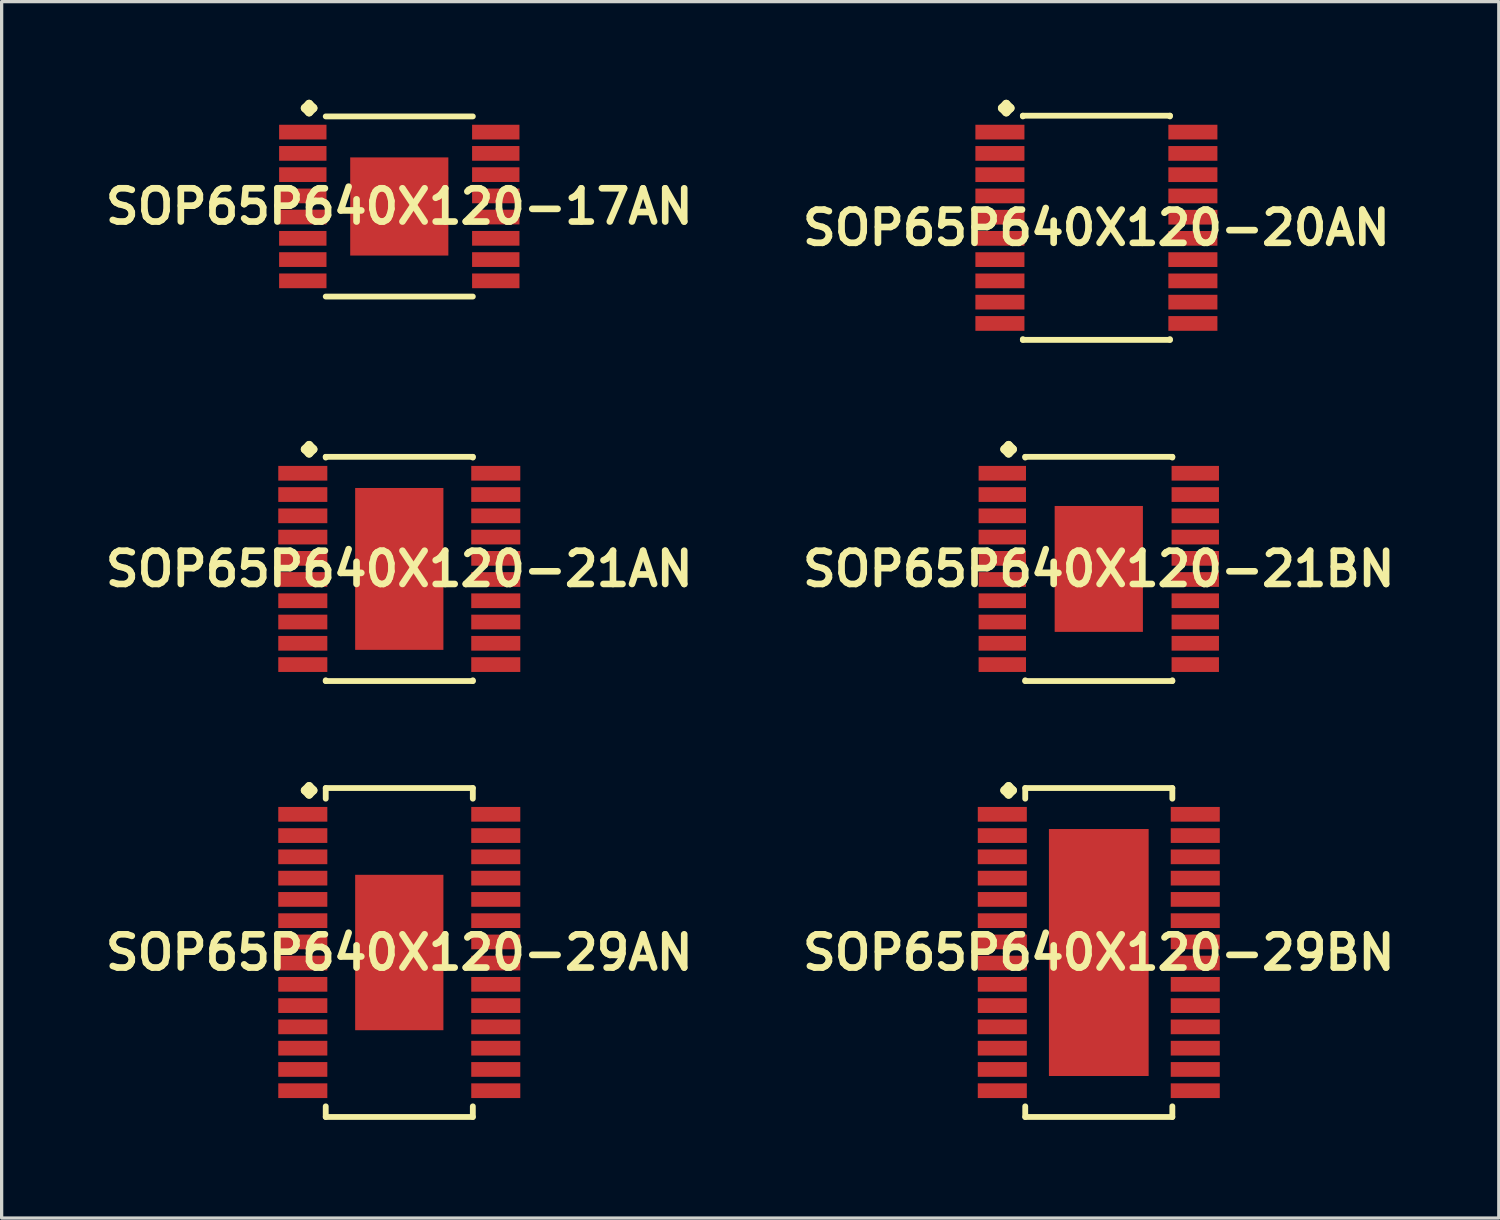
<source format=kicad_pcb>
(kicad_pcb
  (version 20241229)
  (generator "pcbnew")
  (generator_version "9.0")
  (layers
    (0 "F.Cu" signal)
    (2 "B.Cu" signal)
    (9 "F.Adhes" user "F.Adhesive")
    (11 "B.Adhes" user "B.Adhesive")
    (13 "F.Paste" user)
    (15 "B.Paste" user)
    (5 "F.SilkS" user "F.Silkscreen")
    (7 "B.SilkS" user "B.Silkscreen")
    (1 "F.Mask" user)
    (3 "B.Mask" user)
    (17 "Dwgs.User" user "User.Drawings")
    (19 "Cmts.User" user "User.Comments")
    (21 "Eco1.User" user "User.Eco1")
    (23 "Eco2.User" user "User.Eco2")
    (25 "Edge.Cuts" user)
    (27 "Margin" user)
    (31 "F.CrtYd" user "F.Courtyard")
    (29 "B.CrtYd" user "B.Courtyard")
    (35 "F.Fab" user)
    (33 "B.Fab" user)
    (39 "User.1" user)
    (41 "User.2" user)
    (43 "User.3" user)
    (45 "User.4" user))
  (footprint "SOP65P640X120-21BN"
    (layer "F.Cu")
    (at 30.534 14.339)
    (property "Reference" "SOP65P640X120-21BN" (at 0 0 0) (layer "F.SilkS") (effects (font (size 1.016 1.016) (thickness 0.203))))
    (attr smd)
    (fp_line (start -2.883 -3.658) (end -2.756 -3.785) (stroke (width 0.254) (type solid)) (layer "F.SilkS"))
    (fp_line (start -2.756 -3.785) (end -2.629 -3.658) (stroke (width 0.254) (type solid)) (layer "F.SilkS"))
    (fp_line (start -2.756 -3.531) (end -2.883 -3.658) (stroke (width 0.254) (type solid)) (layer "F.SilkS"))
    (fp_line (start -2.629 -3.658) (end -2.756 -3.531) (stroke (width 0.254) (type solid)) (layer "F.SilkS"))
    (fp_line (start -2.248 -3.426) (end 2.248 -3.426) (stroke (width 0.178) (type solid)) (layer "F.SilkS"))
    (fp_line (start -2.248 -3.404) (end -2.248 -3.426) (stroke (width 0.178) (type solid)) (layer "F.SilkS"))
    (fp_line (start -2.248 3.404) (end -2.248 3.426) (stroke (width 0.178) (type solid)) (layer "F.SilkS"))
    (fp_line (start -2.248 3.426) (end 2.248 3.426) (stroke (width 0.178) (type solid)) (layer "F.SilkS"))
    (fp_line (start 2.248 -3.426) (end 2.248 -3.404) (stroke (width 0.178) (type solid)) (layer "F.SilkS"))
    (fp_line (start 2.248 3.426) (end 2.248 3.404) (stroke (width 0.178) (type solid)) (layer "F.SilkS"))
    (pad "1" smd rect (at -2.949 -2.924) (size 1.448 0.45) (layers "F.Cu" "F.Mask" "F.Paste"))
    (pad "2" smd rect (at -2.949 -2.273) (size 1.448 0.45) (layers "F.Cu" "F.Mask" "F.Paste"))
    (pad "3" smd rect (at -2.949 -1.623) (size 1.448 0.45) (layers "F.Cu" "F.Mask" "F.Paste"))
    (pad "4" smd rect (at -2.949 -0.973) (size 1.448 0.45) (layers "F.Cu" "F.Mask" "F.Paste"))
    (pad "5" smd rect (at -2.949 -0.323) (size 1.448 0.45) (layers "F.Cu" "F.Mask" "F.Paste"))
    (pad "6" smd rect (at -2.949 0.323) (size 1.448 0.45) (layers "F.Cu" "F.Mask" "F.Paste"))
    (pad "7" smd rect (at -2.949 0.973) (size 1.448 0.45) (layers "F.Cu" "F.Mask" "F.Paste"))
    (pad "8" smd rect (at -2.949 1.623) (size 1.448 0.45) (layers "F.Cu" "F.Mask" "F.Paste"))
    (pad "9" smd rect (at -2.949 2.273) (size 1.448 0.45) (layers "F.Cu" "F.Mask" "F.Paste"))
    (pad "10" smd rect (at -2.949 2.924) (size 1.448 0.45) (layers "F.Cu" "F.Mask" "F.Paste"))
    (pad "11" smd rect (at 2.949 2.924) (size 1.448 0.45) (layers "F.Cu" "F.Mask" "F.Paste"))
    (pad "12" smd rect (at 2.949 2.273) (size 1.448 0.45) (layers "F.Cu" "F.Mask" "F.Paste"))
    (pad "13" smd rect (at 2.949 1.623) (size 1.448 0.45) (layers "F.Cu" "F.Mask" "F.Paste"))
    (pad "14" smd rect (at 2.949 0.973) (size 1.448 0.45) (layers "F.Cu" "F.Mask" "F.Paste"))
    (pad "15" smd rect (at 2.949 0.323) (size 1.448 0.45) (layers "F.Cu" "F.Mask" "F.Paste"))
    (pad "16" smd rect (at 2.949 -0.323) (size 1.448 0.45) (layers "F.Cu" "F.Mask" "F.Paste"))
    (pad "17" smd rect (at 2.949 -0.973) (size 1.448 0.45) (layers "F.Cu" "F.Mask" "F.Paste"))
    (pad "18" smd rect (at 2.949 -1.623) (size 1.448 0.45) (layers "F.Cu" "F.Mask" "F.Paste"))
    (pad "19" smd rect (at 2.949 -2.273) (size 1.448 0.45) (layers "F.Cu" "F.Mask" "F.Paste"))
    (pad "20" smd rect (at 2.949 -2.924) (size 1.448 0.45) (layers "F.Cu" "F.Mask" "F.Paste"))
    (pad "21" smd rect (at 0 0) (size 2.697 3.848) (layers "F.Cu" "F.Mask" "F.Paste")))
  (footprint "SOP65P640X120-17AN"
    (layer "F.Cu")
    (at 9.154 3.261)
    (property "Reference" "SOP65P640X120-17AN" (at 0 0 0) (layer "F.SilkS") (effects (font (size 1.016 1.016) (thickness 0.203))))
    (attr smd)
    (fp_line (start -2.883 -3.007) (end -2.756 -3.134) (stroke (width 0.254) (type solid)) (layer "F.SilkS"))
    (fp_line (start -2.756 -3.134) (end -2.629 -3.007) (stroke (width 0.254) (type solid)) (layer "F.SilkS"))
    (fp_line (start -2.756 -2.88) (end -2.883 -3.007) (stroke (width 0.254) (type solid)) (layer "F.SilkS"))
    (fp_line (start -2.629 -3.007) (end -2.756 -2.88) (stroke (width 0.254) (type solid)) (layer "F.SilkS"))
    (fp_line (start -2.248 -2.753) (end 2.248 -2.753) (stroke (width 0.178) (type solid)) (layer "F.SilkS"))
    (fp_line (start -2.248 2.753) (end 2.248 2.753) (stroke (width 0.178) (type solid)) (layer "F.SilkS"))
    (pad "1" smd rect (at -2.949 -2.273) (size 1.448 0.45) (layers "F.Cu" "F.Mask" "F.Paste"))
    (pad "2" smd rect (at -2.949 -1.623) (size 1.448 0.45) (layers "F.Cu" "F.Mask" "F.Paste"))
    (pad "3" smd rect (at -2.949 -0.973) (size 1.448 0.45) (layers "F.Cu" "F.Mask" "F.Paste"))
    (pad "4" smd rect (at -2.949 -0.323) (size 1.448 0.45) (layers "F.Cu" "F.Mask" "F.Paste"))
    (pad "5" smd rect (at -2.949 0.323) (size 1.448 0.45) (layers "F.Cu" "F.Mask" "F.Paste"))
    (pad "6" smd rect (at -2.949 0.973) (size 1.448 0.45) (layers "F.Cu" "F.Mask" "F.Paste"))
    (pad "7" smd rect (at -2.949 1.623) (size 1.448 0.45) (layers "F.Cu" "F.Mask" "F.Paste"))
    (pad "8" smd rect (at -2.949 2.273) (size 1.448 0.45) (layers "F.Cu" "F.Mask" "F.Paste"))
    (pad "9" smd rect (at 2.949 2.273) (size 1.448 0.45) (layers "F.Cu" "F.Mask" "F.Paste"))
    (pad "10" smd rect (at 2.949 1.623) (size 1.448 0.45) (layers "F.Cu" "F.Mask" "F.Paste"))
    (pad "11" smd rect (at 2.949 0.973) (size 1.448 0.45) (layers "F.Cu" "F.Mask" "F.Paste"))
    (pad "12" smd rect (at 2.949 0.323) (size 1.448 0.45) (layers "F.Cu" "F.Mask" "F.Paste"))
    (pad "13" smd rect (at 2.949 -0.323) (size 1.448 0.45) (layers "F.Cu" "F.Mask" "F.Paste"))
    (pad "14" smd rect (at 2.949 -0.973) (size 1.448 0.45) (layers "F.Cu" "F.Mask" "F.Paste"))
    (pad "15" smd rect (at 2.949 -1.623) (size 1.448 0.45) (layers "F.Cu" "F.Mask" "F.Paste"))
    (pad "16" smd rect (at 2.949 -2.273) (size 1.448 0.45) (layers "F.Cu" "F.Mask" "F.Paste"))
    (pad "17" smd rect (at 0 0) (size 3 3) (layers "F.Cu" "F.Mask" "F.Paste")))
  (footprint "SOP65P640X120-20AN"
    (layer "F.Cu")
    (at 30.461 3.912)
    (property "Reference" "SOP65P640X120-20AN" (at 0 0 0) (layer "F.SilkS") (effects (font (size 1.016 1.016) (thickness 0.203))))
    (attr smd)
    (fp_line (start -2.883 -3.658) (end -2.756 -3.785) (stroke (width 0.254) (type solid)) (layer "F.SilkS"))
    (fp_line (start -2.756 -3.785) (end -2.629 -3.658) (stroke (width 0.254) (type solid)) (layer "F.SilkS"))
    (fp_line (start -2.756 -3.531) (end -2.883 -3.658) (stroke (width 0.254) (type solid)) (layer "F.SilkS"))
    (fp_line (start -2.629 -3.658) (end -2.756 -3.531) (stroke (width 0.254) (type solid)) (layer "F.SilkS"))
    (fp_line (start -2.248 -3.426) (end 2.248 -3.426) (stroke (width 0.178) (type solid)) (layer "F.SilkS"))
    (fp_line (start -2.248 -3.404) (end -2.248 -3.426) (stroke (width 0.178) (type solid)) (layer "F.SilkS"))
    (fp_line (start -2.248 3.404) (end -2.248 3.426) (stroke (width 0.178) (type solid)) (layer "F.SilkS"))
    (fp_line (start -2.248 3.426) (end 2.248 3.426) (stroke (width 0.178) (type solid)) (layer "F.SilkS"))
    (fp_line (start 2.248 -3.426) (end 2.248 -3.404) (stroke (width 0.178) (type solid)) (layer "F.SilkS"))
    (fp_line (start 2.248 3.426) (end 2.248 3.404) (stroke (width 0.178) (type solid)) (layer "F.SilkS"))
    (pad "1" smd rect (at -2.949 -2.924) (size 1.499 0.45) (layers "F.Cu" "F.Mask" "F.Paste"))
    (pad "2" smd rect (at -2.949 -2.273) (size 1.499 0.45) (layers "F.Cu" "F.Mask" "F.Paste"))
    (pad "3" smd rect (at -2.949 -1.623) (size 1.499 0.45) (layers "F.Cu" "F.Mask" "F.Paste"))
    (pad "4" smd rect (at -2.949 -0.973) (size 1.499 0.45) (layers "F.Cu" "F.Mask" "F.Paste"))
    (pad "5" smd rect (at -2.949 -0.323) (size 1.499 0.45) (layers "F.Cu" "F.Mask" "F.Paste"))
    (pad "6" smd rect (at -2.949 0.323) (size 1.499 0.45) (layers "F.Cu" "F.Mask" "F.Paste"))
    (pad "7" smd rect (at -2.949 0.973) (size 1.499 0.45) (layers "F.Cu" "F.Mask" "F.Paste"))
    (pad "8" smd rect (at -2.949 1.623) (size 1.499 0.45) (layers "F.Cu" "F.Mask" "F.Paste"))
    (pad "9" smd rect (at -2.949 2.273) (size 1.499 0.45) (layers "F.Cu" "F.Mask" "F.Paste"))
    (pad "10" smd rect (at -2.949 2.924) (size 1.499 0.45) (layers "F.Cu" "F.Mask" "F.Paste"))
    (pad "11" smd rect (at 2.949 2.924) (size 1.499 0.45) (layers "F.Cu" "F.Mask" "F.Paste"))
    (pad "12" smd rect (at 2.949 2.273) (size 1.499 0.45) (layers "F.Cu" "F.Mask" "F.Paste"))
    (pad "13" smd rect (at 2.949 1.623) (size 1.499 0.45) (layers "F.Cu" "F.Mask" "F.Paste"))
    (pad "14" smd rect (at 2.949 0.973) (size 1.499 0.45) (layers "F.Cu" "F.Mask" "F.Paste"))
    (pad "15" smd rect (at 2.949 0.323) (size 1.499 0.45) (layers "F.Cu" "F.Mask" "F.Paste"))
    (pad "16" smd rect (at 2.949 -0.323) (size 1.499 0.45) (layers "F.Cu" "F.Mask" "F.Paste"))
    (pad "17" smd rect (at 2.949 -0.973) (size 1.499 0.45) (layers "F.Cu" "F.Mask" "F.Paste"))
    (pad "18" smd rect (at 2.949 -1.623) (size 1.499 0.45) (layers "F.Cu" "F.Mask" "F.Paste"))
    (pad "19" smd rect (at 2.949 -2.273) (size 1.499 0.45) (layers "F.Cu" "F.Mask" "F.Paste"))
    (pad "20" smd rect (at 2.949 -2.924) (size 1.499 0.45) (layers "F.Cu" "F.Mask" "F.Paste")))
  (footprint "SOP65P640X120-29AN"
    (layer "F.Cu")
    (at 9.154 26.063)
    (property "Reference" "SOP65P640X120-29AN" (at 0 0 0) (layer "F.SilkS") (effects (font (size 1.016 1.016) (thickness 0.203))))
    (attr smd)
    (fp_line (start -2.883 -4.956) (end -2.756 -5.083) (stroke (width 0.254) (type solid)) (layer "F.SilkS"))
    (fp_line (start -2.756 -5.083) (end -2.629 -4.956) (stroke (width 0.254) (type solid)) (layer "F.SilkS"))
    (fp_line (start -2.756 -4.829) (end -2.883 -4.956) (stroke (width 0.254) (type solid)) (layer "F.SilkS"))
    (fp_line (start -2.629 -4.956) (end -2.756 -4.829) (stroke (width 0.254) (type solid)) (layer "F.SilkS"))
    (fp_line (start -2.248 -5.027) (end 2.248 -5.027) (stroke (width 0.178) (type solid)) (layer "F.SilkS"))
    (fp_line (start -2.248 -4.702) (end -2.248 -5.027) (stroke (width 0.178) (type solid)) (layer "F.SilkS"))
    (fp_line (start -2.248 4.702) (end -2.248 5.027) (stroke (width 0.178) (type solid)) (layer "F.SilkS"))
    (fp_line (start -2.248 5.027) (end 2.248 5.027) (stroke (width 0.178) (type solid)) (layer "F.SilkS"))
    (fp_line (start 2.248 -5.027) (end 2.248 -4.702) (stroke (width 0.178) (type solid)) (layer "F.SilkS"))
    (fp_line (start 2.248 5.027) (end 2.248 4.702) (stroke (width 0.178) (type solid)) (layer "F.SilkS"))
    (pad "1" smd rect (at -2.949 -4.224) (size 1.499 0.45) (layers "F.Cu" "F.Mask" "F.Paste"))
    (pad "2" smd rect (at -2.949 -3.574) (size 1.499 0.45) (layers "F.Cu" "F.Mask" "F.Paste"))
    (pad "3" smd rect (at -2.949 -2.924) (size 1.499 0.45) (layers "F.Cu" "F.Mask" "F.Paste"))
    (pad "4" smd rect (at -2.949 -2.273) (size 1.499 0.45) (layers "F.Cu" "F.Mask" "F.Paste"))
    (pad "5" smd rect (at -2.949 -1.623) (size 1.499 0.45) (layers "F.Cu" "F.Mask" "F.Paste"))
    (pad "6" smd rect (at -2.949 -0.973) (size 1.499 0.45) (layers "F.Cu" "F.Mask" "F.Paste"))
    (pad "7" smd rect (at -2.949 -0.323) (size 1.499 0.45) (layers "F.Cu" "F.Mask" "F.Paste"))
    (pad "8" smd rect (at -2.949 0.323) (size 1.499 0.45) (layers "F.Cu" "F.Mask" "F.Paste"))
    (pad "9" smd rect (at -2.949 0.973) (size 1.499 0.45) (layers "F.Cu" "F.Mask" "F.Paste"))
    (pad "10" smd rect (at -2.949 1.623) (size 1.499 0.45) (layers "F.Cu" "F.Mask" "F.Paste"))
    (pad "11" smd rect (at -2.949 2.273) (size 1.499 0.45) (layers "F.Cu" "F.Mask" "F.Paste"))
    (pad "12" smd rect (at -2.949 2.924) (size 1.499 0.45) (layers "F.Cu" "F.Mask" "F.Paste"))
    (pad "13" smd rect (at -2.949 3.574) (size 1.499 0.45) (layers "F.Cu" "F.Mask" "F.Paste"))
    (pad "14" smd rect (at -2.949 4.224) (size 1.499 0.45) (layers "F.Cu" "F.Mask" "F.Paste"))
    (pad "15" smd rect (at 2.949 4.224) (size 1.499 0.45) (layers "F.Cu" "F.Mask" "F.Paste"))
    (pad "16" smd rect (at 2.949 3.574) (size 1.499 0.45) (layers "F.Cu" "F.Mask" "F.Paste"))
    (pad "17" smd rect (at 2.949 2.924) (size 1.499 0.45) (layers "F.Cu" "F.Mask" "F.Paste"))
    (pad "18" smd rect (at 2.949 2.273) (size 1.499 0.45) (layers "F.Cu" "F.Mask" "F.Paste"))
    (pad "19" smd rect (at 2.949 1.623) (size 1.499 0.45) (layers "F.Cu" "F.Mask" "F.Paste"))
    (pad "20" smd rect (at 2.949 0.973) (size 1.499 0.45) (layers "F.Cu" "F.Mask" "F.Paste"))
    (pad "21" smd rect (at 2.949 0.323) (size 1.499 0.45) (layers "F.Cu" "F.Mask" "F.Paste"))
    (pad "22" smd rect (at 2.949 -0.323) (size 1.499 0.45) (layers "F.Cu" "F.Mask" "F.Paste"))
    (pad "23" smd rect (at 2.949 -0.973) (size 1.499 0.45) (layers "F.Cu" "F.Mask" "F.Paste"))
    (pad "24" smd rect (at 2.949 -1.623) (size 1.499 0.45) (layers "F.Cu" "F.Mask" "F.Paste"))
    (pad "25" smd rect (at 2.949 -2.273) (size 1.499 0.45) (layers "F.Cu" "F.Mask" "F.Paste"))
    (pad "26" smd rect (at 2.949 -2.924) (size 1.499 0.45) (layers "F.Cu" "F.Mask" "F.Paste"))
    (pad "27" smd rect (at 2.949 -3.574) (size 1.499 0.45) (layers "F.Cu" "F.Mask" "F.Paste"))
    (pad "28" smd rect (at 2.949 -4.224) (size 1.499 0.45) (layers "F.Cu" "F.Mask" "F.Paste"))
    (pad "29" smd rect (at 0 0) (size 2.697 4.75) (layers "F.Cu" "F.Mask" "F.Paste")))
  (footprint "SOP65P640X120-21AN"
    (layer "F.Cu")
    (at 9.154 14.339)
    (property "Reference" "SOP65P640X120-21AN" (at 0 0 0) (layer "F.SilkS") (effects (font (size 1.016 1.016) (thickness 0.203))))
    (attr smd)
    (fp_line (start -2.883 -3.658) (end -2.756 -3.785) (stroke (width 0.254) (type solid)) (layer "F.SilkS"))
    (fp_line (start -2.756 -3.785) (end -2.629 -3.658) (stroke (width 0.254) (type solid)) (layer "F.SilkS"))
    (fp_line (start -2.756 -3.531) (end -2.883 -3.658) (stroke (width 0.254) (type solid)) (layer "F.SilkS"))
    (fp_line (start -2.629 -3.658) (end -2.756 -3.531) (stroke (width 0.254) (type solid)) (layer "F.SilkS"))
    (fp_line (start -2.248 -3.426) (end 2.248 -3.426) (stroke (width 0.178) (type solid)) (layer "F.SilkS"))
    (fp_line (start -2.248 -3.404) (end -2.248 -3.426) (stroke (width 0.178) (type solid)) (layer "F.SilkS"))
    (fp_line (start -2.248 3.404) (end -2.248 3.426) (stroke (width 0.178) (type solid)) (layer "F.SilkS"))
    (fp_line (start -2.248 3.426) (end 2.248 3.426) (stroke (width 0.178) (type solid)) (layer "F.SilkS"))
    (fp_line (start 2.248 -3.426) (end 2.248 -3.404) (stroke (width 0.178) (type solid)) (layer "F.SilkS"))
    (fp_line (start 2.248 3.426) (end 2.248 3.404) (stroke (width 0.178) (type solid)) (layer "F.SilkS"))
    (pad "1" smd rect (at -2.949 -2.924) (size 1.499 0.45) (layers "F.Cu" "F.Mask" "F.Paste"))
    (pad "2" smd rect (at -2.949 -2.273) (size 1.499 0.45) (layers "F.Cu" "F.Mask" "F.Paste"))
    (pad "3" smd rect (at -2.949 -1.623) (size 1.499 0.45) (layers "F.Cu" "F.Mask" "F.Paste"))
    (pad "4" smd rect (at -2.949 -0.973) (size 1.499 0.45) (layers "F.Cu" "F.Mask" "F.Paste"))
    (pad "5" smd rect (at -2.949 -0.323) (size 1.499 0.45) (layers "F.Cu" "F.Mask" "F.Paste"))
    (pad "6" smd rect (at -2.949 0.323) (size 1.499 0.45) (layers "F.Cu" "F.Mask" "F.Paste"))
    (pad "7" smd rect (at -2.949 0.973) (size 1.499 0.45) (layers "F.Cu" "F.Mask" "F.Paste"))
    (pad "8" smd rect (at -2.949 1.623) (size 1.499 0.45) (layers "F.Cu" "F.Mask" "F.Paste"))
    (pad "9" smd rect (at -2.949 2.273) (size 1.499 0.45) (layers "F.Cu" "F.Mask" "F.Paste"))
    (pad "10" smd rect (at -2.949 2.924) (size 1.499 0.45) (layers "F.Cu" "F.Mask" "F.Paste"))
    (pad "11" smd rect (at 2.949 2.924) (size 1.499 0.45) (layers "F.Cu" "F.Mask" "F.Paste"))
    (pad "12" smd rect (at 2.949 2.273) (size 1.499 0.45) (layers "F.Cu" "F.Mask" "F.Paste"))
    (pad "13" smd rect (at 2.949 1.623) (size 1.499 0.45) (layers "F.Cu" "F.Mask" "F.Paste"))
    (pad "14" smd rect (at 2.949 0.973) (size 1.499 0.45) (layers "F.Cu" "F.Mask" "F.Paste"))
    (pad "15" smd rect (at 2.949 0.323) (size 1.499 0.45) (layers "F.Cu" "F.Mask" "F.Paste"))
    (pad "16" smd rect (at 2.949 -0.323) (size 1.499 0.45) (layers "F.Cu" "F.Mask" "F.Paste"))
    (pad "17" smd rect (at 2.949 -0.973) (size 1.499 0.45) (layers "F.Cu" "F.Mask" "F.Paste"))
    (pad "18" smd rect (at 2.949 -1.623) (size 1.499 0.45) (layers "F.Cu" "F.Mask" "F.Paste"))
    (pad "19" smd rect (at 2.949 -2.273) (size 1.499 0.45) (layers "F.Cu" "F.Mask" "F.Paste"))
    (pad "20" smd rect (at 2.949 -2.924) (size 1.499 0.45) (layers "F.Cu" "F.Mask" "F.Paste"))
    (pad "21" smd rect (at 0 0) (size 2.697 4.948) (layers "F.Cu" "F.Mask" "F.Paste")))
  (footprint "SOP65P640X120-29BN"
    (layer "F.Cu")
    (at 30.534 26.063)
    (property "Reference" "SOP65P640X120-29BN" (at 0 0 0) (layer "F.SilkS") (effects (font (size 1.016 1.016) (thickness 0.203))))
    (attr smd)
    (fp_line (start -2.883 -4.956) (end -2.756 -5.083) (stroke (width 0.254) (type solid)) (layer "F.SilkS"))
    (fp_line (start -2.756 -5.083) (end -2.629 -4.956) (stroke (width 0.254) (type solid)) (layer "F.SilkS"))
    (fp_line (start -2.756 -4.829) (end -2.883 -4.956) (stroke (width 0.254) (type solid)) (layer "F.SilkS"))
    (fp_line (start -2.629 -4.956) (end -2.756 -4.829) (stroke (width 0.254) (type solid)) (layer "F.SilkS"))
    (fp_line (start -2.248 -5.027) (end 2.248 -5.027) (stroke (width 0.178) (type solid)) (layer "F.SilkS"))
    (fp_line (start -2.248 -4.702) (end -2.248 -5.027) (stroke (width 0.178) (type solid)) (layer "F.SilkS"))
    (fp_line (start -2.248 4.702) (end -2.248 5.027) (stroke (width 0.178) (type solid)) (layer "F.SilkS"))
    (fp_line (start -2.248 5.027) (end 2.248 5.027) (stroke (width 0.178) (type solid)) (layer "F.SilkS"))
    (fp_line (start 2.248 -5.027) (end 2.248 -4.702) (stroke (width 0.178) (type solid)) (layer "F.SilkS"))
    (fp_line (start 2.248 5.027) (end 2.248 4.702) (stroke (width 0.178) (type solid)) (layer "F.SilkS"))
    (pad "1" smd rect (at -2.949 -4.224) (size 1.499 0.45) (layers "F.Cu" "F.Mask" "F.Paste"))
    (pad "2" smd rect (at -2.949 -3.574) (size 1.499 0.45) (layers "F.Cu" "F.Mask" "F.Paste"))
    (pad "3" smd rect (at -2.949 -2.924) (size 1.499 0.45) (layers "F.Cu" "F.Mask" "F.Paste"))
    (pad "4" smd rect (at -2.949 -2.273) (size 1.499 0.45) (layers "F.Cu" "F.Mask" "F.Paste"))
    (pad "5" smd rect (at -2.949 -1.623) (size 1.499 0.45) (layers "F.Cu" "F.Mask" "F.Paste"))
    (pad "6" smd rect (at -2.949 -0.973) (size 1.499 0.45) (layers "F.Cu" "F.Mask" "F.Paste"))
    (pad "7" smd rect (at -2.949 -0.323) (size 1.499 0.45) (layers "F.Cu" "F.Mask" "F.Paste"))
    (pad "8" smd rect (at -2.949 0.323) (size 1.499 0.45) (layers "F.Cu" "F.Mask" "F.Paste"))
    (pad "9" smd rect (at -2.949 0.973) (size 1.499 0.45) (layers "F.Cu" "F.Mask" "F.Paste"))
    (pad "10" smd rect (at -2.949 1.623) (size 1.499 0.45) (layers "F.Cu" "F.Mask" "F.Paste"))
    (pad "11" smd rect (at -2.949 2.273) (size 1.499 0.45) (layers "F.Cu" "F.Mask" "F.Paste"))
    (pad "12" smd rect (at -2.949 2.924) (size 1.499 0.45) (layers "F.Cu" "F.Mask" "F.Paste"))
    (pad "13" smd rect (at -2.949 3.574) (size 1.499 0.45) (layers "F.Cu" "F.Mask" "F.Paste"))
    (pad "14" smd rect (at -2.949 4.224) (size 1.499 0.45) (layers "F.Cu" "F.Mask" "F.Paste"))
    (pad "15" smd rect (at 2.949 4.224) (size 1.499 0.45) (layers "F.Cu" "F.Mask" "F.Paste"))
    (pad "16" smd rect (at 2.949 3.574) (size 1.499 0.45) (layers "F.Cu" "F.Mask" "F.Paste"))
    (pad "17" smd rect (at 2.949 2.924) (size 1.499 0.45) (layers "F.Cu" "F.Mask" "F.Paste"))
    (pad "18" smd rect (at 2.949 2.273) (size 1.499 0.45) (layers "F.Cu" "F.Mask" "F.Paste"))
    (pad "19" smd rect (at 2.949 1.623) (size 1.499 0.45) (layers "F.Cu" "F.Mask" "F.Paste"))
    (pad "20" smd rect (at 2.949 0.973) (size 1.499 0.45) (layers "F.Cu" "F.Mask" "F.Paste"))
    (pad "21" smd rect (at 2.949 0.323) (size 1.499 0.45) (layers "F.Cu" "F.Mask" "F.Paste"))
    (pad "22" smd rect (at 2.949 -0.323) (size 1.499 0.45) (layers "F.Cu" "F.Mask" "F.Paste"))
    (pad "23" smd rect (at 2.949 -0.973) (size 1.499 0.45) (layers "F.Cu" "F.Mask" "F.Paste"))
    (pad "24" smd rect (at 2.949 -1.623) (size 1.499 0.45) (layers "F.Cu" "F.Mask" "F.Paste"))
    (pad "25" smd rect (at 2.949 -2.273) (size 1.499 0.45) (layers "F.Cu" "F.Mask" "F.Paste"))
    (pad "26" smd rect (at 2.949 -2.924) (size 1.499 0.45) (layers "F.Cu" "F.Mask" "F.Paste"))
    (pad "27" smd rect (at 2.949 -3.574) (size 1.499 0.45) (layers "F.Cu" "F.Mask" "F.Paste"))
    (pad "28" smd rect (at 2.949 -4.224) (size 1.499 0.45) (layers "F.Cu" "F.Mask" "F.Paste"))
    (pad "29" smd rect (at 0 0) (size 3.048 7.549) (layers "F.Cu" "F.Mask" "F.Paste")))
  (gr_rect
    (start -3 -3)
    (end 42.76 34.179)
    (stroke (width 0.1) (type default))
    (fill no)
    (layer "Edge.Cuts")))
</source>
